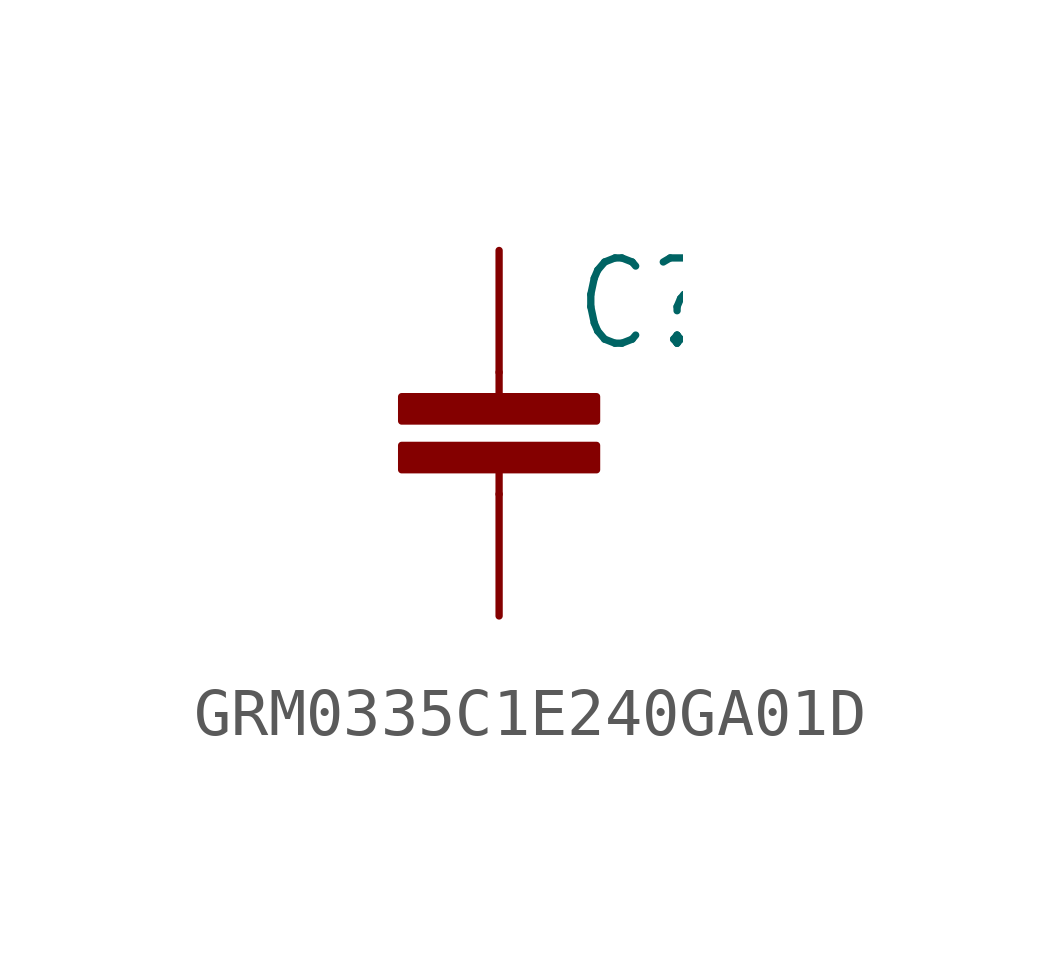
<source format=kicad_sym>
(kicad_symbol_lib
  (version 20220914)
  (generator kicad_symbol_editor)
  (symbol "GRM0335C1E240GA01D"
    (property "Reference" "C"
      (at 1.524 0.381 0)
      (effects (font (size 1.778 1.511)) (justify left bottom)))
    (property "Value" ""
      (at 1.524 -4.699 0)
      (effects (font (size 1.778 1.511)) (justify left bottom)))
    (property "ki_locked" ""
      (at 0 0 0)
      (effects (font (size 1.27 1.27))))
    (symbol "GRM0335C1E240GA01D_1_0"
      (rectangle (start -2.032 -2.032) (end 2.032 -1.524) (stroke (width 0) (type default)) (fill (type outline)))
      (rectangle (start -2.032 -1.016) (end 2.032 -0.508) (stroke (width 0) (type default)) (fill (type outline)))
      (polyline (pts (xy 0 -2.54) (xy 0 -2.032)) (stroke (width 0.152) (type solid)) (fill (type none)))
      (polyline (pts (xy 0 0) (xy 0 -0.508)) (stroke (width 0.152) (type solid)) (fill (type none)))
      (pin passive line (at 0 2.54 270) (length 2.54) (name "1" (effects (font (size 0 0)))) (number "1" (effects (font (size 0 0)))))
      (pin passive line (at 0 -5.08 90) (length 2.54) (name "2" (effects (font (size 0 0)))) (number "2" (effects (font (size 0 0))))))))
</source>
